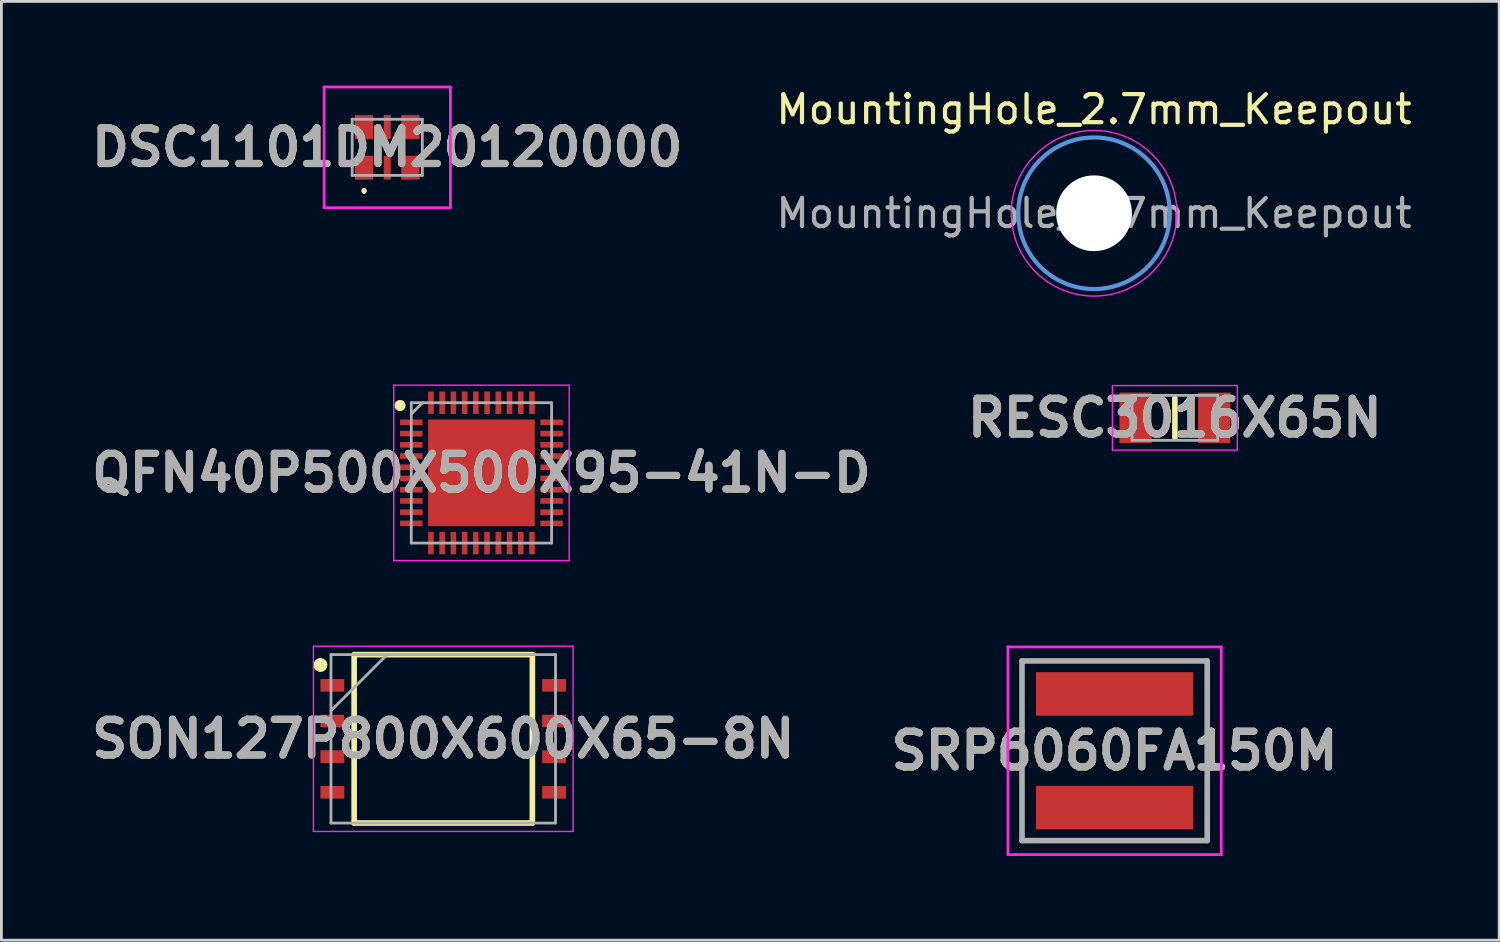
<source format=kicad_pcb>
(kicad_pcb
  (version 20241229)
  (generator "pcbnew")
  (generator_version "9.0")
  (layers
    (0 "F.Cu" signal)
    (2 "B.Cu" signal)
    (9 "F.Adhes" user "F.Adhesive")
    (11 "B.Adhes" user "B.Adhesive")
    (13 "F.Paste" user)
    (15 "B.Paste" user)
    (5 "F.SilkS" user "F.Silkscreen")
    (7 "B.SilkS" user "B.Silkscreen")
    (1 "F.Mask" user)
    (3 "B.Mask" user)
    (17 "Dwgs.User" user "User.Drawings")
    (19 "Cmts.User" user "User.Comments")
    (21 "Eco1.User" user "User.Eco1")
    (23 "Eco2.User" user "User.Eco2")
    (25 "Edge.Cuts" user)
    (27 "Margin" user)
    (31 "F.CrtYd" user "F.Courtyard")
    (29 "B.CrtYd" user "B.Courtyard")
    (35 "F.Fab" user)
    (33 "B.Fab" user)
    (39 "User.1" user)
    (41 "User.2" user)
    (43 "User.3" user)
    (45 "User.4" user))
  (footprint "SON127P800X600X65-8N"
    (layer "F.Cu")
    (at 12.742 23.273)
    (property "Reference" "SON127P800X600X65-8N" (at 0 0 0) (layer "F.SilkS") (effects (font (size 1.27 1.27) (thickness 0.254))))
    (attr smd)
    (fp_line (start -3.175 -3) (end 3.175 -3) (stroke (width 0.2) (type solid)) (layer "F.SilkS"))
    (fp_line (start -3.175 3) (end -3.175 -3) (stroke (width 0.2) (type solid)) (layer "F.SilkS"))
    (fp_line (start 3.175 -3) (end 3.175 3) (stroke (width 0.2) (type solid)) (layer "F.SilkS"))
    (fp_line (start 3.175 3) (end -3.175 3) (stroke (width 0.2) (type solid)) (layer "F.SilkS"))
    (fp_circle (center -4.375 -2.63) (end -4.375 -2.505) (stroke (width 0.25) (type solid)) (fill no) (layer "F.SilkS"))
    (fp_line (start -4.625 -3.3) (end 4.625 -3.3) (stroke (width 0.05) (type solid)) (layer "F.CrtYd"))
    (fp_line (start -4.625 3.3) (end -4.625 -3.3) (stroke (width 0.05) (type solid)) (layer "F.CrtYd"))
    (fp_line (start 4.625 -3.3) (end 4.625 3.3) (stroke (width 0.05) (type solid)) (layer "F.CrtYd"))
    (fp_line (start 4.625 3.3) (end -4.625 3.3) (stroke (width 0.05) (type solid)) (layer "F.CrtYd"))
    (fp_line (start -4 -3) (end 4 -3) (stroke (width 0.1) (type solid)) (layer "F.Fab"))
    (fp_line (start -4 -1) (end -2 -3) (stroke (width 0.1) (type solid)) (layer "F.Fab"))
    (fp_line (start -4 3) (end -4 -3) (stroke (width 0.1) (type solid)) (layer "F.Fab"))
    (fp_line (start 4 -3) (end 4 3) (stroke (width 0.1) (type solid)) (layer "F.Fab"))
    (fp_line (start 4 3) (end -4 3) (stroke (width 0.1) (type solid)) (layer "F.Fab"))
    (fp_text user "${REFERENCE}" (at 0 0 0) (layer "F.Fab") (effects (font (size 1.27 1.27) (thickness 0.254))))
    (pad "1" smd rect (at -3.95 -1.905 90) (size 0.45 0.85) (layers "F.Cu" "F.Mask" "F.Paste"))
    (pad "2" smd rect (at -3.95 -0.635 90) (size 0.45 0.85) (layers "F.Cu" "F.Mask" "F.Paste"))
    (pad "3" smd rect (at -3.95 0.635 90) (size 0.45 0.85) (layers "F.Cu" "F.Mask" "F.Paste"))
    (pad "4" smd rect (at -3.95 1.905 90) (size 0.45 0.85) (layers "F.Cu" "F.Mask" "F.Paste"))
    (pad "5" smd rect (at 3.95 1.905 90) (size 0.45 0.85) (layers "F.Cu" "F.Mask" "F.Paste"))
    (pad "6" smd rect (at 3.95 0.635 90) (size 0.45 0.85) (layers "F.Cu" "F.Mask" "F.Paste"))
    (pad "7" smd rect (at 3.95 -0.635 90) (size 0.45 0.85) (layers "F.Cu" "F.Mask" "F.Paste"))
    (pad "8" smd rect (at 3.95 -1.905 90) (size 0.45 0.85) (layers "F.Cu" "F.Mask" "F.Paste")))
  (footprint "MountingHole_2.7mm_Keepout"
    (layer "F.Cu")
    (at 35.928 4.548)
    (property "Reference" "MountingHole_2.7mm_Keepout" (at 0 -3.7 0) (layer "F.SilkS") (effects (font (size 1 1) (thickness 0.15))))
    (attr exclude_from_pos_files exclude_from_bom)
    (fp_circle (center 0 0) (end 2.7 0) (stroke (width 0.15) (type solid)) (fill no) (layer "Cmts.User"))
    (fp_circle (center 0 0) (end 2.95 0) (stroke (width 0.05) (type solid)) (fill no) (layer "F.CrtYd"))
    (fp_text user "${REFERENCE}" (at 0 0 0) (layer "F.Fab") (effects (font (size 1 1) (thickness 0.15))))
    (pad "" np_thru_hole circle (at 0 0) (size 2.7 2.7) (drill 2.7) (layers "*.Cu" "*.Mask"))
    (zone (net_name "") (layers "F.Cu" "B.Cu" "F.SilkS") (name "KEEPOUT") (hatch edge 0.5) (connect_pads) (min_thickness 0.25) (filled_areas_thickness no) (keepout (tracks allowed) (vias allowed) (pads allowed) (copperpour not_allowed) (footprints allowed)) (placement (enabled no)) (fill) (polygon (pts (xy 35.978 1.348) (xy 34.878 1.498) (xy 33.878 2.098) (xy 32.928 3.248) (xy 32.878 4.998) (xy 33.328 6.498) (xy 34.578 7.398) (xy 35.928 7.648) (xy 37.728 7.298) (xy 38.678 6.248) (xy 39.128 4.948) (xy 39.078 3.748) (xy 38.378 2.448) (xy 37.328 1.548)))))
  (footprint "DSC1101DM20120000"
    (layer "F.Cu")
    (at 10.747 2.2)
    (property "Reference" "DSC1101DM20120000" (at 0 0 0) (layer "F.SilkS") (effects (font (size 1.27 1.27) (thickness 0.254))))
    (attr smd)
    (fp_line (start -0.825 1.5) (end -0.825 1.5) (stroke (width 0.1) (type solid)) (layer "F.SilkS"))
    (fp_line (start -0.825 1.6) (end -0.825 1.6) (stroke (width 0.1) (type solid)) (layer "F.SilkS"))
    (fp_arc (start -0.825 1.5) (mid -0.775 1.55) (end -0.825 1.6) (stroke (width 0.1) (type solid)) (layer "F.SilkS"))
    (fp_arc (start -0.825 1.6) (mid -0.875 1.55) (end -0.825 1.5) (stroke (width 0.1) (type solid)) (layer "F.SilkS"))
    (fp_line (start -2.25 -2.15) (end 2.25 -2.15) (stroke (width 0.1) (type solid)) (layer "F.CrtYd"))
    (fp_line (start -2.25 2.15) (end -2.25 -2.15) (stroke (width 0.1) (type solid)) (layer "F.CrtYd"))
    (fp_line (start 2.25 -2.15) (end 2.25 2.15) (stroke (width 0.1) (type solid)) (layer "F.CrtYd"))
    (fp_line (start 2.25 2.15) (end -2.25 2.15) (stroke (width 0.1) (type solid)) (layer "F.CrtYd"))
    (fp_line (start -1.25 -1) (end -1.25 1) (stroke (width 0.1) (type solid)) (layer "F.Fab"))
    (fp_line (start -1.25 1) (end 1.25 1) (stroke (width 0.1) (type solid)) (layer "F.Fab"))
    (fp_line (start 1.25 -1) (end -1.25 -1) (stroke (width 0.1) (type solid)) (layer "F.Fab"))
    (fp_line (start 1.25 1) (end 1.25 -1) (stroke (width 0.1) (type solid)) (layer "F.Fab"))
    (fp_text user "${REFERENCE}" (at 0 0 0) (layer "F.Fab") (effects (font (size 1.27 1.27) (thickness 0.254))))
    (pad "1" smd rect (at -0.825 0.725) (size 0.65 0.85) (layers "F.Cu" "F.Mask" "F.Paste"))
    (pad "2" smd rect (at 0 0.725) (size 0.25 0.85) (layers "F.Cu" "F.Mask" "F.Paste"))
    (pad "3" smd rect (at 0.825 0.725) (size 0.65 0.85) (layers "F.Cu" "F.Mask" "F.Paste"))
    (pad "4" smd rect (at 0.825 -0.725) (size 0.65 0.85) (layers "F.Cu" "F.Mask" "F.Paste"))
    (pad "5" smd rect (at 0 -0.725) (size 0.25 0.85) (layers "F.Cu" "F.Mask" "F.Paste"))
    (pad "6" smd rect (at -0.825 -0.725) (size 0.65 0.85) (layers "F.Cu" "F.Mask" "F.Paste")))
  (footprint "QFN40P500X500X95-41N-D"
    (layer "F.Cu")
    (at 14.103 13.798)
    (property "Reference" "QFN40P500X500X95-41N-D" (at 0 0 0) (layer "F.SilkS") (effects (font (size 1.27 1.27) (thickness 0.254))))
    (attr smd)
    (fp_circle (center -2.9 -2.4) (end -2.9 -2.3) (stroke (width 0.2) (type solid)) (fill no) (layer "F.SilkS"))
    (fp_line (start -3.125 -3.125) (end 3.125 -3.125) (stroke (width 0.05) (type solid)) (layer "F.CrtYd"))
    (fp_line (start -3.125 3.125) (end -3.125 -3.125) (stroke (width 0.05) (type solid)) (layer "F.CrtYd"))
    (fp_line (start 3.125 -3.125) (end 3.125 3.125) (stroke (width 0.05) (type solid)) (layer "F.CrtYd"))
    (fp_line (start 3.125 3.125) (end -3.125 3.125) (stroke (width 0.05) (type solid)) (layer "F.CrtYd"))
    (fp_line (start -2.5 -2.5) (end 2.5 -2.5) (stroke (width 0.1) (type solid)) (layer "F.Fab"))
    (fp_line (start -2.5 -2.1) (end -2.1 -2.5) (stroke (width 0.1) (type solid)) (layer "F.Fab"))
    (fp_line (start -2.5 2.5) (end -2.5 -2.5) (stroke (width 0.1) (type solid)) (layer "F.Fab"))
    (fp_line (start 2.5 -2.5) (end 2.5 2.5) (stroke (width 0.1) (type solid)) (layer "F.Fab"))
    (fp_line (start 2.5 2.5) (end -2.5 2.5) (stroke (width 0.1) (type solid)) (layer "F.Fab"))
    (fp_text user "${REFERENCE}" (at 0 0 0) (layer "F.Fab") (effects (font (size 1.27 1.27) (thickness 0.254))))
    (pad "1" smd rect (at -2.5 -1.8 90) (size 0.2 0.8) (layers "F.Cu" "F.Mask" "F.Paste"))
    (pad "2" smd rect (at -2.5 -1.4 90) (size 0.2 0.8) (layers "F.Cu" "F.Mask" "F.Paste"))
    (pad "3" smd rect (at -2.5 -1 90) (size 0.2 0.8) (layers "F.Cu" "F.Mask" "F.Paste"))
    (pad "4" smd rect (at -2.5 -0.6 90) (size 0.2 0.8) (layers "F.Cu" "F.Mask" "F.Paste"))
    (pad "5" smd rect (at -2.5 -0.2 90) (size 0.2 0.8) (layers "F.Cu" "F.Mask" "F.Paste"))
    (pad "6" smd rect (at -2.5 0.2 90) (size 0.2 0.8) (layers "F.Cu" "F.Mask" "F.Paste"))
    (pad "7" smd rect (at -2.5 0.6 90) (size 0.2 0.8) (layers "F.Cu" "F.Mask" "F.Paste"))
    (pad "8" smd rect (at -2.5 1 90) (size 0.2 0.8) (layers "F.Cu" "F.Mask" "F.Paste"))
    (pad "9" smd rect (at -2.5 1.4 90) (size 0.2 0.8) (layers "F.Cu" "F.Mask" "F.Paste"))
    (pad "10" smd rect (at -2.5 1.8 90) (size 0.2 0.8) (layers "F.Cu" "F.Mask" "F.Paste"))
    (pad "11" smd rect (at -1.8 2.5) (size 0.2 0.8) (layers "F.Cu" "F.Mask" "F.Paste"))
    (pad "12" smd rect (at -1.4 2.5) (size 0.2 0.8) (layers "F.Cu" "F.Mask" "F.Paste"))
    (pad "13" smd rect (at -1 2.5) (size 0.2 0.8) (layers "F.Cu" "F.Mask" "F.Paste"))
    (pad "14" smd rect (at -0.6 2.5) (size 0.2 0.8) (layers "F.Cu" "F.Mask" "F.Paste"))
    (pad "15" smd rect (at -0.2 2.5) (size 0.2 0.8) (layers "F.Cu" "F.Mask" "F.Paste"))
    (pad "16" smd rect (at 0.2 2.5) (size 0.2 0.8) (layers "F.Cu" "F.Mask" "F.Paste"))
    (pad "17" smd rect (at 0.6 2.5) (size 0.2 0.8) (layers "F.Cu" "F.Mask" "F.Paste"))
    (pad "18" smd rect (at 1 2.5) (size 0.2 0.8) (layers "F.Cu" "F.Mask" "F.Paste"))
    (pad "19" smd rect (at 1.4 2.5) (size 0.2 0.8) (layers "F.Cu" "F.Mask" "F.Paste"))
    (pad "20" smd rect (at 1.8 2.5) (size 0.2 0.8) (layers "F.Cu" "F.Mask" "F.Paste"))
    (pad "21" smd rect (at 2.5 1.8 90) (size 0.2 0.8) (layers "F.Cu" "F.Mask" "F.Paste"))
    (pad "22" smd rect (at 2.5 1.4 90) (size 0.2 0.8) (layers "F.Cu" "F.Mask" "F.Paste"))
    (pad "23" smd rect (at 2.5 1 90) (size 0.2 0.8) (layers "F.Cu" "F.Mask" "F.Paste"))
    (pad "24" smd rect (at 2.5 0.6 90) (size 0.2 0.8) (layers "F.Cu" "F.Mask" "F.Paste"))
    (pad "25" smd rect (at 2.5 0.2 90) (size 0.2 0.8) (layers "F.Cu" "F.Mask" "F.Paste"))
    (pad "26" smd rect (at 2.5 -0.2 90) (size 0.2 0.8) (layers "F.Cu" "F.Mask" "F.Paste"))
    (pad "27" smd rect (at 2.5 -0.6 90) (size 0.2 0.8) (layers "F.Cu" "F.Mask" "F.Paste"))
    (pad "28" smd rect (at 2.5 -1 90) (size 0.2 0.8) (layers "F.Cu" "F.Mask" "F.Paste"))
    (pad "29" smd rect (at 2.5 -1.4 90) (size 0.2 0.8) (layers "F.Cu" "F.Mask" "F.Paste"))
    (pad "30" smd rect (at 2.5 -1.8 90) (size 0.2 0.8) (layers "F.Cu" "F.Mask" "F.Paste"))
    (pad "31" smd rect (at 1.8 -2.5) (size 0.2 0.8) (layers "F.Cu" "F.Mask" "F.Paste"))
    (pad "32" smd rect (at 1.4 -2.5) (size 0.2 0.8) (layers "F.Cu" "F.Mask" "F.Paste"))
    (pad "33" smd rect (at 1 -2.5) (size 0.2 0.8) (layers "F.Cu" "F.Mask" "F.Paste"))
    (pad "34" smd rect (at 0.6 -2.5) (size 0.2 0.8) (layers "F.Cu" "F.Mask" "F.Paste"))
    (pad "35" smd rect (at 0.2 -2.5) (size 0.2 0.8) (layers "F.Cu" "F.Mask" "F.Paste"))
    (pad "36" smd rect (at -0.2 -2.5) (size 0.2 0.8) (layers "F.Cu" "F.Mask" "F.Paste"))
    (pad "37" smd rect (at -0.6 -2.5) (size 0.2 0.8) (layers "F.Cu" "F.Mask" "F.Paste"))
    (pad "38" smd rect (at -1 -2.5) (size 0.2 0.8) (layers "F.Cu" "F.Mask" "F.Paste"))
    (pad "39" smd rect (at -1.4 -2.5) (size 0.2 0.8) (layers "F.Cu" "F.Mask" "F.Paste"))
    (pad "40" smd rect (at -1.8 -2.5) (size 0.2 0.8) (layers "F.Cu" "F.Mask" "F.Paste"))
    (pad "41" smd rect (at 0 0) (size 3.8 3.8) (layers "F.Cu" "F.Mask" "F.Paste")))
  (footprint "RESC3016X65N"
    (layer "F.Cu")
    (at 38.808 11.837)
    (property "Reference" "RESC3016X65N" (at 0 0 0) (layer "F.SilkS") (effects (font (size 1.27 1.27) (thickness 0.254))))
    (attr smd)
    (fp_line (start 0 -0.7) (end 0 0.7) (stroke (width 0.2) (type solid)) (layer "F.SilkS"))
    (fp_line (start -2.225 -1.15) (end 2.225 -1.15) (stroke (width 0.05) (type solid)) (layer "F.CrtYd"))
    (fp_line (start -2.225 1.15) (end -2.225 -1.15) (stroke (width 0.05) (type solid)) (layer "F.CrtYd"))
    (fp_line (start 2.225 -1.15) (end 2.225 1.15) (stroke (width 0.05) (type solid)) (layer "F.CrtYd"))
    (fp_line (start 2.225 1.15) (end -2.225 1.15) (stroke (width 0.05) (type solid)) (layer "F.CrtYd"))
    (fp_line (start -1.525 -0.8) (end 1.525 -0.8) (stroke (width 0.1) (type solid)) (layer "F.Fab"))
    (fp_line (start -1.525 0.8) (end -1.525 -0.8) (stroke (width 0.1) (type solid)) (layer "F.Fab"))
    (fp_line (start 1.525 -0.8) (end 1.525 0.8) (stroke (width 0.1) (type solid)) (layer "F.Fab"))
    (fp_line (start 1.525 0.8) (end -1.525 0.8) (stroke (width 0.1) (type solid)) (layer "F.Fab"))
    (fp_text user "${REFERENCE}" (at 0 0 0) (layer "F.Fab") (effects (font (size 1.27 1.27) (thickness 0.254))))
    (pad "1" smd rect (at -1.4 0) (size 1.15 1.8) (layers "F.Cu" "F.Mask" "F.Paste"))
    (pad "2" smd rect (at 1.4 0) (size 1.15 1.8) (layers "F.Cu" "F.Mask" "F.Paste")))
  (footprint "SRP6060FA150M"
    (layer "F.Cu")
    (at 36.661 23.698)
    (property "Reference" "SRP6060FA150M" (at 0 0 0) (layer "F.SilkS") (effects (font (size 1.27 1.27) (thickness 0.254))))
    (attr smd)
    (fp_line (start -3.3 -3.2) (end 3.3 -3.2) (stroke (width 0.1) (type solid)) (layer "F.SilkS"))
    (fp_line (start -3.3 3.2) (end -3.3 -3.2) (stroke (width 0.1) (type solid)) (layer "F.SilkS"))
    (fp_line (start 3.3 -3.2) (end 3.3 3.2) (stroke (width 0.1) (type solid)) (layer "F.SilkS"))
    (fp_line (start 3.3 3.2) (end -3.3 3.2) (stroke (width 0.1) (type solid)) (layer "F.SilkS"))
    (fp_line (start -3.8 -3.7) (end 3.8 -3.7) (stroke (width 0.1) (type solid)) (layer "F.CrtYd"))
    (fp_line (start -3.8 3.7) (end -3.8 -3.7) (stroke (width 0.1) (type solid)) (layer "F.CrtYd"))
    (fp_line (start 3.8 -3.7) (end 3.8 3.7) (stroke (width 0.1) (type solid)) (layer "F.CrtYd"))
    (fp_line (start 3.8 3.7) (end -3.8 3.7) (stroke (width 0.1) (type solid)) (layer "F.CrtYd"))
    (fp_line (start -3.3 -3.2) (end 3.3 -3.2) (stroke (width 0.2) (type solid)) (layer "F.Fab"))
    (fp_line (start -3.3 3.2) (end -3.3 -3.2) (stroke (width 0.2) (type solid)) (layer "F.Fab"))
    (fp_line (start 3.3 -3.2) (end 3.3 3.2) (stroke (width 0.2) (type solid)) (layer "F.Fab"))
    (fp_line (start 3.3 3.2) (end -3.3 3.2) (stroke (width 0.2) (type solid)) (layer "F.Fab"))
    (fp_text user "${REFERENCE}" (at 0 0 0) (layer "F.Fab") (effects (font (size 1.27 1.27) (thickness 0.254))))
    (pad "1" smd rect (at 0 -2.025 90) (size 1.55 5.6) (layers "F.Cu" "F.Mask" "F.Paste"))
    (pad "2" smd rect (at 0 2.025 90) (size 1.55 5.6) (layers "F.Cu" "F.Mask" "F.Paste")))
  (gr_rect
    (start -3 -3)
    (end 50.362 30.448)
    (stroke (width 0.1) (type default))
    (fill no)
    (layer "Edge.Cuts")))
</source>
